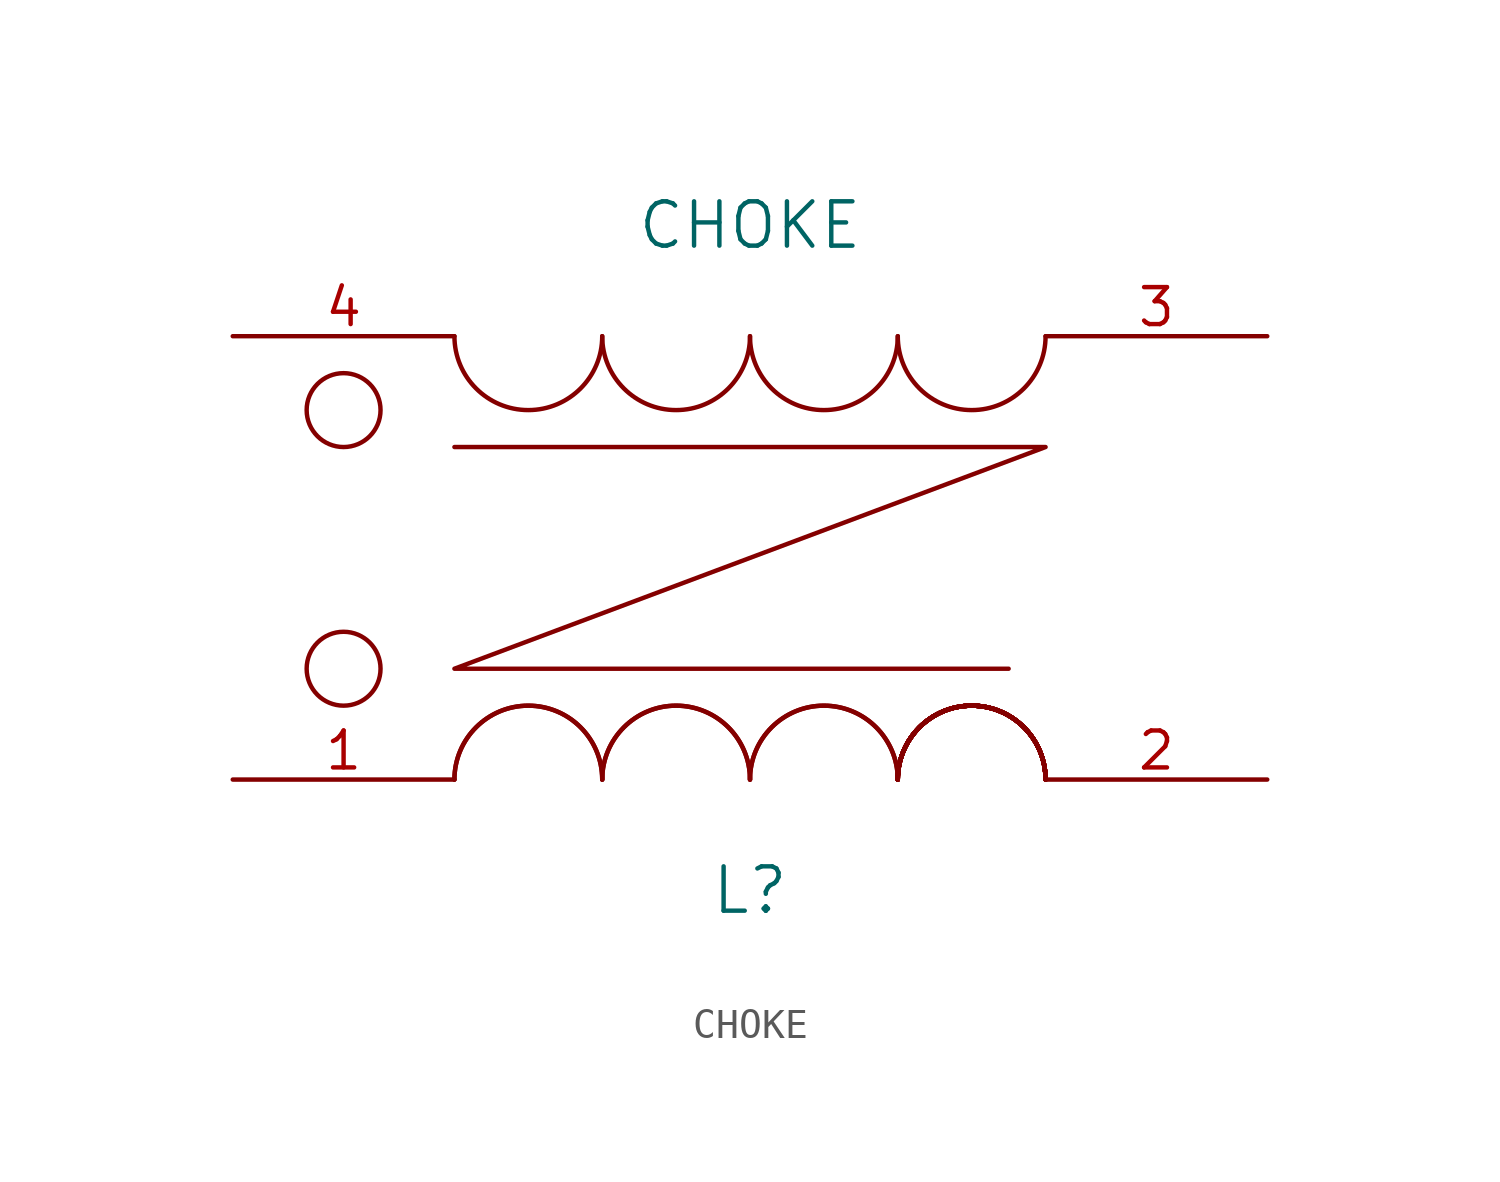
<source format=kicad_sym>
(kicad_symbol_lib
  (version 20211014)
  (generator kicad_symbol_editor)
  (symbol "CHOKE"
    (pin_names
      (offset 1.016))
    (property "Reference" "L"
      (at 0 -10.16 0)
      (effects (font (size 1.524 1.524))))
    (property "Value" "CHOKE"
      (at 0 12.7 0)
      (effects (font (size 1.524 1.524))))
    (property "Footprint" ""
      (at 1.27 -1.27 0)
      (effects (font (size 1.524 1.524))))
    (property "Datasheet" ""
      (at 1.27 -1.27 0)
      (effects (font (size 1.524 1.524))))
    (symbol "CHOKE_0_1"
      (circle (center -13.97 -2.54) (radius 1.27) (stroke (width 0) (type default) (color 0 0 0 0)) (fill (type none)))
      (circle (center -13.97 6.35) (radius 1.27) (stroke (width 0) (type default) (color 0 0 0 0)) (fill (type none)))
      (arc (start -10.16 8.89) (mid -7.62 6.35) (end -5.08 8.89) (stroke (width 0) (type default) (color 0 0 0 0)) (fill (type none)))
      (arc (start -5.08 -6.35) (mid -7.62 -3.81) (end -10.16 -6.35) (stroke (width 0) (type default) (color 0 0 0 0)) (fill (type none)))
      (arc (start -5.08 -6.35) (mid -7.62 -3.81) (end -10.16 -6.35) (stroke (width 0) (type default) (color 0 0 0 0)) (fill (type none)))
      (arc (start -5.08 8.89) (mid -2.54 6.35) (end 0 8.89) (stroke (width 0) (type default) (color 0 0 0 0)) (fill (type none)))
      (arc (start 0 -6.35) (mid -2.54 -3.81) (end -5.08 -6.35) (stroke (width 0) (type default) (color 0 0 0 0)) (fill (type none)))
      (arc (start 0 -6.35) (mid -2.54 -3.81) (end -5.08 -6.35) (stroke (width 0) (type default) (color 0 0 0 0)) (fill (type none)))
      (polyline (pts (xy -10.16 5.08) (xy 10.16 5.08) (xy -10.16 -2.54) (xy 8.89 -2.54)) (stroke (width 0) (type default) (color 0 0 0 0)) (fill (type none)))
      (arc (start 0 8.89) (mid 2.54 6.35) (end 5.08 8.89) (stroke (width 0) (type default) (color 0 0 0 0)) (fill (type none)))
      (arc (start 5.08 -6.35) (mid 2.54 -3.81) (end 0 -6.35) (stroke (width 0) (type default) (color 0 0 0 0)) (fill (type none)))
      (arc (start 5.08 -6.35) (mid 2.54 -3.81) (end 0 -6.35) (stroke (width 0) (type default) (color 0 0 0 0)) (fill (type none)))
      (arc (start 5.08 8.89) (mid 7.62 6.35) (end 10.16 8.89) (stroke (width 0) (type default) (color 0 0 0 0)) (fill (type none)))
      (arc (start 10.16 -6.35) (mid 7.62 -3.81) (end 5.08 -6.35) (stroke (width 0) (type default) (color 0 0 0 0)) (fill (type none)))
      (arc (start 10.16 -6.35) (mid 7.62 -3.81) (end 5.08 -6.35) (stroke (width 0) (type default) (color 0 0 0 0)) (fill (type none)))
      (arc (start 10.16 -6.35) (mid 7.62 -3.81) (end 5.08 -6.35) (stroke (width 0) (type default) (color 0 0 0 0)) (fill (type none)))
      (arc (start 10.16 -6.35) (mid 7.62 -3.81) (end 5.08 -6.35) (stroke (width 0) (type default) (color 0 0 0 0)) (fill (type none)))
      (arc (start 10.16 -6.35) (mid 7.62 -3.81) (end 5.08 -6.35) (stroke (width 0) (type default) (color 0 0 0 0)) (fill (type none)))
      (arc (start 10.16 -6.35) (mid 7.62 -3.81) (end 5.08 -6.35) (stroke (width 0) (type default) (color 0 0 0 0)) (fill (type none)))
      (arc (start 10.16 -6.35) (mid 7.62 -3.81) (end 5.08 -6.35) (stroke (width 0) (type default) (color 0 0 0 0)) (fill (type none)))
      (arc (start 10.16 -6.35) (mid 7.62 -3.81) (end 5.08 -6.35) (stroke (width 0) (type default) (color 0 0 0 0)) (fill (type none)))
      (arc (start 10.16 -6.35) (mid 7.62 -3.81) (end 5.08 -6.35) (stroke (width 0) (type default) (color 0 0 0 0)) (fill (type none)))
      (arc (start 10.16 -6.35) (mid 7.62 -3.81) (end 5.08 -6.35) (stroke (width 0) (type default) (color 0 0 0 0)) (fill (type none)))
      (arc (start 10.16 -6.35) (mid 7.62 -3.81) (end 5.08 -6.35) (stroke (width 0) (type default) (color 0 0 0 0)) (fill (type none)))
      (arc (start 10.16 -6.35) (mid 7.62 -3.81) (end 5.08 -6.35) (stroke (width 0) (type default) (color 0 0 0 0)) (fill (type none)))
      (arc (start 10.16 -6.35) (mid 7.62 -3.81) (end 5.08 -6.35) (stroke (width 0) (type default) (color 0 0 0 0)) (fill (type none)))
      (arc (start 10.16 -6.35) (mid 7.62 -3.81) (end 5.08 -6.35) (stroke (width 0) (type default) (color 0 0 0 0)) (fill (type none)))
      (arc (start 10.16 -6.35) (mid 7.62 -3.81) (end 5.08 -6.35) (stroke (width 0) (type default) (color 0 0 0 0)) (fill (type none)))
      (arc (start 10.16 -6.35) (mid 7.62 -3.81) (end 5.08 -6.35) (stroke (width 0) (type default) (color 0 0 0 0)) (fill (type none))))
    (symbol "CHOKE_1_1"
      (pin bidirectional line (at -17.78 -6.35 0) (length 7.62) (name "~" (effects (font (size 1.27 1.27)))) (number "1" (effects (font (size 1.27 1.27)))))
      (pin bidirectional line (at 17.78 -6.35 180) (length 7.62) (name "~" (effects (font (size 1.27 1.27)))) (number "2" (effects (font (size 1.27 1.27)))))
      (pin bidirectional line (at 17.78 8.89 180) (length 7.62) (name "~" (effects (font (size 1.27 1.27)))) (number "3" (effects (font (size 1.27 1.27)))))
      (pin bidirectional line (at -17.78 8.89 0) (length 7.62) (name "~" (effects (font (size 1.27 1.27)))) (number "4" (effects (font (size 1.27 1.27))))))))
</source>
